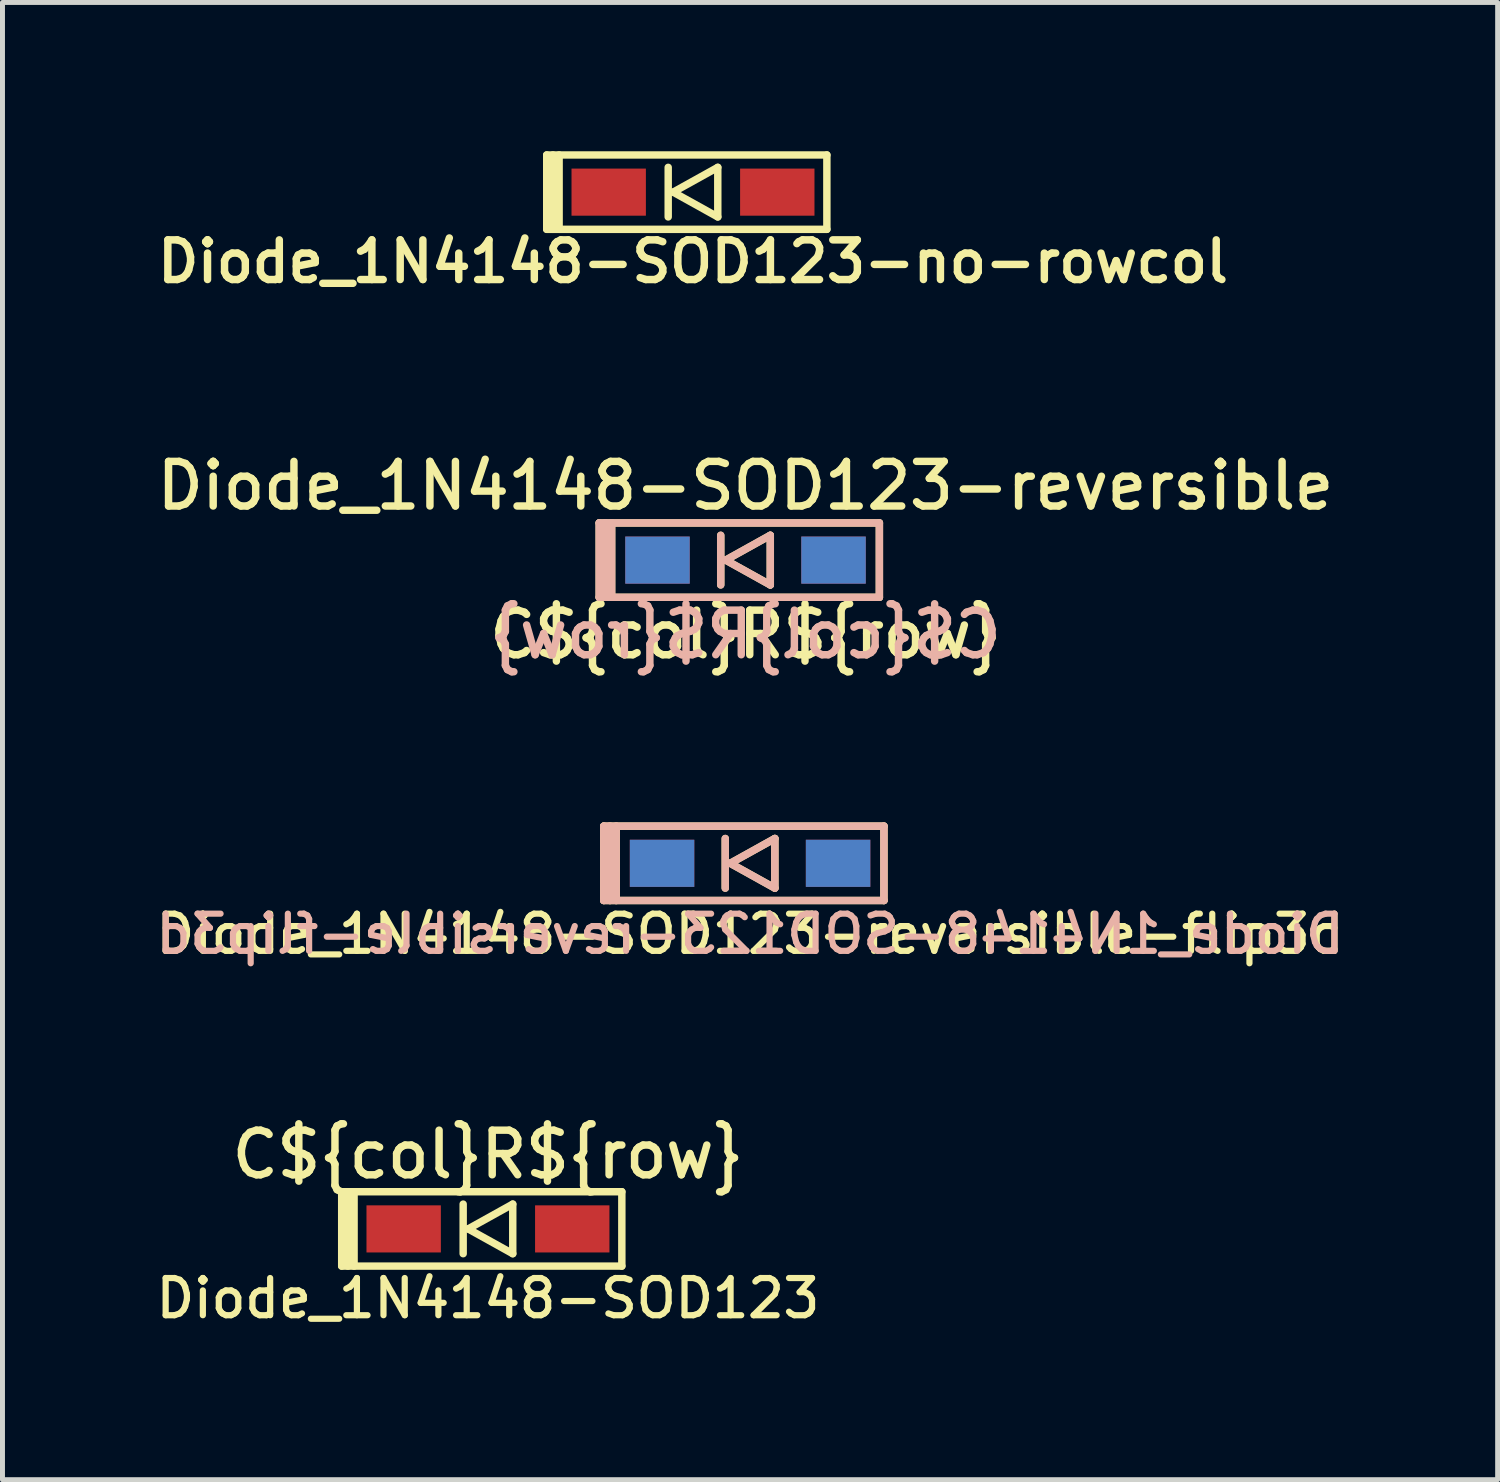
<source format=kicad_pcb>
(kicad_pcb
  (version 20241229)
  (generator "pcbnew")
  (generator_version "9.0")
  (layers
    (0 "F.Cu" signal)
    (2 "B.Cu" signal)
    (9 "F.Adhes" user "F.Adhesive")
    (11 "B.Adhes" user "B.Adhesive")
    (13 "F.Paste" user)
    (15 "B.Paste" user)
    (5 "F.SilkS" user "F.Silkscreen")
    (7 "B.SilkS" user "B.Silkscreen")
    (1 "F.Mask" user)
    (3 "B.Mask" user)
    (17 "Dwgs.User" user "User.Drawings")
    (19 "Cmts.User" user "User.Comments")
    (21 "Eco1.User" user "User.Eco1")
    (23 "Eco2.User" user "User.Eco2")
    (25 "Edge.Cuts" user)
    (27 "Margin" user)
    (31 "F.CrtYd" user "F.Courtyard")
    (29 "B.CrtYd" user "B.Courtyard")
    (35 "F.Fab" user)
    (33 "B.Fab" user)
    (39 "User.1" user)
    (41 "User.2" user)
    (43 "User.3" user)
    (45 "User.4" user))
  (footprint "Diode_1N4148-SOD123-reversible-flip3d"
    (layer "F.Cu")
    (at 12.077 14.361)
    (property "Reference" "Diode_1N4148-SOD123-reversible-flip3d" (at 0 1.425 0) (layer "F.SilkS") (effects (font (size 0.75 0.75) (thickness 0.125))))
    (attr through_hole)
    (fp_line (start -2.95 -0.75) (end -2.95 0.75) (stroke (width 0.15) (type solid)) (layer "F.SilkS"))
    (fp_line (start -2.95 0.75) (end 2.7 0.75) (stroke (width 0.15) (type solid)) (layer "F.SilkS"))
    (fp_line (start -2.825 -0.75) (end -2.825 0.75) (stroke (width 0.15) (type solid)) (layer "F.SilkS"))
    (fp_line (start -2.7 -0.75) (end -2.7 0.75) (stroke (width 0.15) (type solid)) (layer "F.SilkS"))
    (fp_line (start -0.5 -0.5) (end -0.5 0.5) (stroke (width 0.15) (type solid)) (layer "F.SilkS"))
    (fp_line (start -0.4 0) (end 0.5 -0.5) (stroke (width 0.15) (type solid)) (layer "F.SilkS"))
    (fp_line (start 0.5 -0.5) (end 0.5 0.5) (stroke (width 0.15) (type solid)) (layer "F.SilkS"))
    (fp_line (start 0.5 0.5) (end -0.4 0) (stroke (width 0.15) (type solid)) (layer "F.SilkS"))
    (fp_line (start 2.7 -0.75) (end -2.95 -0.75) (stroke (width 0.15) (type solid)) (layer "F.SilkS"))
    (fp_line (start 2.7 -0.75) (end 2.7 0.75) (stroke (width 0.15) (type solid)) (layer "F.SilkS"))
    (fp_line (start -2.95 -0.75) (end -2.95 0.75) (stroke (width 0.15) (type solid)) (layer "B.SilkS"))
    (fp_line (start -2.95 0.75) (end 2.7 0.75) (stroke (width 0.15) (type solid)) (layer "B.SilkS"))
    (fp_line (start -2.825 -0.75) (end -2.825 0.75) (stroke (width 0.15) (type solid)) (layer "B.SilkS"))
    (fp_line (start -2.7 -0.75) (end -2.7 0.75) (stroke (width 0.15) (type solid)) (layer "B.SilkS"))
    (fp_line (start -0.5 -0.5) (end -0.5 0.5) (stroke (width 0.15) (type solid)) (layer "B.SilkS"))
    (fp_line (start -0.4 0) (end 0.5 -0.5) (stroke (width 0.15) (type solid)) (layer "B.SilkS"))
    (fp_line (start 0.5 -0.5) (end 0.5 0.5) (stroke (width 0.15) (type solid)) (layer "B.SilkS"))
    (fp_line (start 0.5 0.5) (end -0.4 0) (stroke (width 0.15) (type solid)) (layer "B.SilkS"))
    (fp_line (start 2.7 -0.75) (end -2.95 -0.75) (stroke (width 0.15) (type solid)) (layer "B.SilkS"))
    (fp_line (start 2.7 0.75) (end 2.7 -0.75) (stroke (width 0.15) (type solid)) (layer "B.SilkS"))
    (fp_text user "${REFERENCE}" (at 0 1.425 0) (layer "B.SilkS") (effects (font (size 0.75 0.75) (thickness 0.125)) (justify mirror)))
    (pad "1" smd rect (at -1.775 0) (size 1.3 0.95) (layers "F.Cu" "F.Mask" "F.Paste"))
    (pad "1" smd rect (at -1.775 0) (size 1.3 0.95) (layers "B.Cu" "B.Mask" "B.Paste"))
    (pad "2" smd rect (at 1.775 0) (size 1.3 0.95) (layers "F.Cu" "F.Mask" "F.Paste"))
    (pad "2" smd rect (at 1.775 0) (size 1.3 0.95) (layers "B.Cu" "B.Mask" "B.Paste")))
  (footprint "Diode_1N4148-SOD123-reversible"
    (layer "F.Cu")
    (at 11.985 8.246)
    (property "Reference" "Diode_1N4148-SOD123-reversible" (at 0 -1.5 0) (layer "F.SilkS") (effects (font (size 0.9 0.9) (thickness 0.15))))
    (attr smd)
    (fp_line (start -2.95 -0.75) (end -2.95 0.75) (stroke (width 0.15) (type solid)) (layer "F.SilkS"))
    (fp_line (start -2.95 0.75) (end 2.7 0.75) (stroke (width 0.15) (type solid)) (layer "F.SilkS"))
    (fp_line (start -2.825 -0.75) (end -2.825 0.75) (stroke (width 0.15) (type solid)) (layer "F.SilkS"))
    (fp_line (start -2.7 -0.75) (end -2.7 0.75) (stroke (width 0.15) (type solid)) (layer "F.SilkS"))
    (fp_line (start -0.5 -0.5) (end -0.5 0.5) (stroke (width 0.15) (type solid)) (layer "F.SilkS"))
    (fp_line (start -0.4 0) (end 0.5 -0.5) (stroke (width 0.15) (type solid)) (layer "F.SilkS"))
    (fp_line (start 0.5 -0.5) (end 0.5 0.5) (stroke (width 0.15) (type solid)) (layer "F.SilkS"))
    (fp_line (start 0.5 0.5) (end -0.4 0) (stroke (width 0.15) (type solid)) (layer "F.SilkS"))
    (fp_line (start 2.7 -0.75) (end -2.95 -0.75) (stroke (width 0.15) (type solid)) (layer "F.SilkS"))
    (fp_line (start 2.7 -0.75) (end 2.7 0.75) (stroke (width 0.15) (type solid)) (layer "F.SilkS"))
    (fp_line (start -2.95 -0.75) (end -2.95 0.75) (stroke (width 0.15) (type solid)) (layer "B.SilkS"))
    (fp_line (start -2.95 0.75) (end 2.7 0.75) (stroke (width 0.15) (type solid)) (layer "B.SilkS"))
    (fp_line (start -2.825 -0.75) (end -2.825 0.75) (stroke (width 0.15) (type solid)) (layer "B.SilkS"))
    (fp_line (start -2.7 -0.75) (end -2.7 0.75) (stroke (width 0.15) (type solid)) (layer "B.SilkS"))
    (fp_line (start -0.5 -0.5) (end -0.5 0.5) (stroke (width 0.15) (type solid)) (layer "B.SilkS"))
    (fp_line (start -0.4 0) (end 0.5 -0.5) (stroke (width 0.15) (type solid)) (layer "B.SilkS"))
    (fp_line (start 0.5 -0.5) (end 0.5 0.5) (stroke (width 0.15) (type solid)) (layer "B.SilkS"))
    (fp_line (start 0.5 0.5) (end -0.4 0) (stroke (width 0.15) (type solid)) (layer "B.SilkS"))
    (fp_line (start 2.7 -0.75) (end -2.95 -0.75) (stroke (width 0.15) (type solid)) (layer "B.SilkS"))
    (fp_line (start 2.7 0.75) (end 2.7 -0.75) (stroke (width 0.15) (type solid)) (layer "B.SilkS"))
    (fp_text user "C${col}R${row}" (at 0 1.5 0) (layer "F.SilkS") (effects (font (size 0.9 0.9) (thickness 0.15))))
    (fp_text user "C${col}R${row}" (at 0 1.5 0) (layer "B.SilkS") (effects (font (size 0.9 0.9) (thickness 0.15)) (justify mirror)))
    (pad "1" smd rect (at -1.775 0) (size 1.3 0.95) (layers "F.Cu" "F.Mask" "F.Paste"))
    (pad "1" smd rect (at -1.775 0) (size 1.3 0.95) (layers "B.Cu" "B.Mask" "B.Paste"))
    (pad "2" smd rect (at 1.775 0) (size 1.3 0.95) (layers "F.Cu" "F.Mask" "F.Paste"))
    (pad "2" smd rect (at 1.775 0) (size 1.3 0.95) (layers "B.Cu" "B.Mask" "B.Paste")))
  (footprint "Diode_1N4148-SOD123-no-rowcol"
    (layer "F.Cu")
    (at 10.926 0.825)
    (property "Reference" "Diode_1N4148-SOD123-no-rowcol" (at 0 1.4 0) (layer "F.SilkS") (effects (font (size 0.8 0.8) (thickness 0.15) (bold yes))))
    (attr smd)
    (fp_line (start -2.95 -0.75) (end -2.95 0.75) (stroke (width 0.15) (type solid)) (layer "F.SilkS"))
    (fp_line (start -2.95 0.75) (end 2.7 0.75) (stroke (width 0.15) (type solid)) (layer "F.SilkS"))
    (fp_line (start -2.825 -0.75) (end -2.825 0.75) (stroke (width 0.15) (type solid)) (layer "F.SilkS"))
    (fp_line (start -2.7 -0.75) (end -2.7 0.75) (stroke (width 0.15) (type solid)) (layer "F.SilkS"))
    (fp_line (start -0.5 -0.5) (end -0.5 0.5) (stroke (width 0.15) (type solid)) (layer "F.SilkS"))
    (fp_line (start -0.4 0) (end 0.5 -0.5) (stroke (width 0.15) (type solid)) (layer "F.SilkS"))
    (fp_line (start 0.5 -0.5) (end 0.5 0.5) (stroke (width 0.15) (type solid)) (layer "F.SilkS"))
    (fp_line (start 0.5 0.5) (end -0.4 0) (stroke (width 0.15) (type solid)) (layer "F.SilkS"))
    (fp_line (start 2.7 -0.75) (end -2.95 -0.75) (stroke (width 0.15) (type solid)) (layer "F.SilkS"))
    (fp_line (start 2.7 0.75) (end 2.7 -0.75) (stroke (width 0.15) (type solid)) (layer "F.SilkS"))
    (pad "1" smd rect (at -1.7 0) (size 1.5 0.95) (layers "F.Cu" "F.Mask" "F.Paste"))
    (pad "2" smd rect (at 1.7 0) (size 1.5 0.95) (layers "F.Cu" "F.Mask" "F.Paste")))
  (footprint "Diode_1N4148-SOD123"
    (layer "F.Cu")
    (at 6.791 21.734)
    (property "Reference" "Diode_1N4148-SOD123" (at 0 1.4 0) (layer "F.SilkS") (effects (font (size 0.75 0.75) (thickness 0.125))))
    (attr through_hole)
    (fp_line (start -2.95 -0.75) (end -2.95 0.75) (stroke (width 0.15) (type solid)) (layer "F.SilkS"))
    (fp_line (start -2.95 0.75) (end 2.7 0.75) (stroke (width 0.15) (type solid)) (layer "F.SilkS"))
    (fp_line (start -2.825 -0.75) (end -2.825 0.75) (stroke (width 0.15) (type solid)) (layer "F.SilkS"))
    (fp_line (start -2.7 -0.75) (end -2.7 0.75) (stroke (width 0.15) (type solid)) (layer "F.SilkS"))
    (fp_line (start -0.5 -0.5) (end -0.5 0.5) (stroke (width 0.15) (type solid)) (layer "F.SilkS"))
    (fp_line (start -0.4 0) (end 0.5 -0.5) (stroke (width 0.15) (type solid)) (layer "F.SilkS"))
    (fp_line (start 0.5 -0.5) (end 0.5 0.5) (stroke (width 0.15) (type solid)) (layer "F.SilkS"))
    (fp_line (start 0.5 0.5) (end -0.4 0) (stroke (width 0.15) (type solid)) (layer "F.SilkS"))
    (fp_line (start 2.7 -0.75) (end -2.95 -0.75) (stroke (width 0.15) (type solid)) (layer "F.SilkS"))
    (fp_line (start 2.7 0.75) (end 2.7 -0.75) (stroke (width 0.15) (type solid)) (layer "F.SilkS"))
    (fp_text user "C${col}R${row}" (at 0 -1.5 0) (layer "F.SilkS") (effects (font (size 0.9 0.9) (thickness 0.15))))
    (pad "1" smd rect (at -1.7 0) (size 1.5 0.95) (layers "F.Cu" "F.Mask" "F.Paste"))
    (pad "2" smd rect (at 1.7 0) (size 1.5 0.95) (layers "F.Cu" "F.Mask" "F.Paste")))
  (gr_rect
    (start -3 -3)
    (end 27.154 26.792)
    (stroke (width 0.1) (type default))
    (fill no)
    (layer "Edge.Cuts")))
</source>
